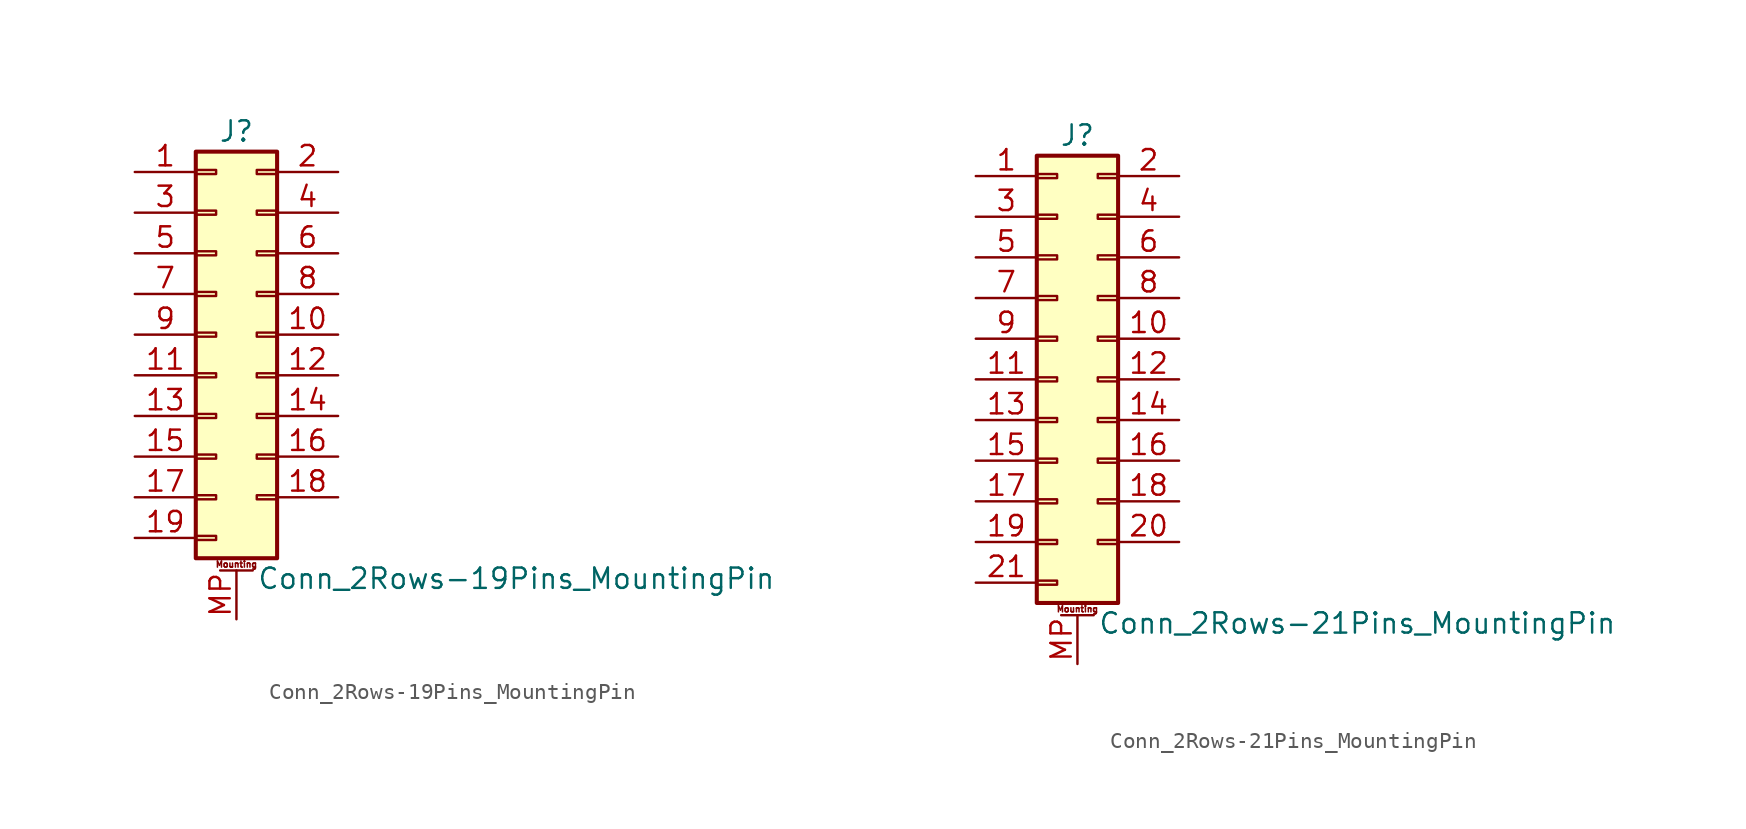
<source format=kicad_sym>
(kicad_symbol_lib
  (version 20200908)
  (generator kicad_symbol_editor)
  (symbol "Connector_Generic_MountingPin:Conn_2Rows-19Pins_MountingPin"
    (pin_names
      (offset 1.016) hide)
    (property "Reference" "J"
      (at 1.27 12.7 0)
      (effects (font (size 1.27 1.27))))
    (property "Value" "Conn_2Rows-19Pins_MountingPin"
      (at 2.54 -15.24 0)
      (effects (font (size 1.27 1.27)) (justify left)))
    (symbol "Conn_2Rows-19Pins_MountingPin_1_1"
      (text "Mounting" (at 1.27 -14.351 0) (effects (font (size 0.381 0.381))))
      (rectangle (start -1.27 -4.953) (end 0 -5.207) (stroke (width 0.152)) (fill (type none)))
      (rectangle (start -1.27 -7.493) (end 0 -7.747) (stroke (width 0.152)) (fill (type none)))
      (rectangle (start -1.27 -10.033) (end 0 -10.287) (stroke (width 0.152)) (fill (type none)))
      (rectangle (start -1.27 -12.573) (end 0 -12.827) (stroke (width 0.152)) (fill (type none)))
      (rectangle (start -1.27 -2.413) (end 0 -2.667) (stroke (width 0.152)) (fill (type none)))
      (rectangle (start -1.27 2.667) (end 0 2.413) (stroke (width 0.152)) (fill (type none)))
      (rectangle (start -1.27 5.207) (end 0 4.953) (stroke (width 0.152)) (fill (type none)))
      (rectangle (start -1.27 7.747) (end 0 7.493) (stroke (width 0.152)) (fill (type none)))
      (rectangle (start -1.27 10.287) (end 0 10.033) (stroke (width 0.152)) (fill (type none)))
      (rectangle (start -1.27 11.43) (end 3.81 -13.97) (stroke (width 0.254)) (fill (type background)))
      (rectangle (start -1.27 0.127) (end 0 -0.127) (stroke (width 0.152)) (fill (type none)))
      (rectangle (start 3.81 -4.953) (end 2.54 -5.207) (stroke (width 0.152)) (fill (type none)))
      (rectangle (start 3.81 -7.493) (end 2.54 -7.747) (stroke (width 0.152)) (fill (type none)))
      (rectangle (start 3.81 -10.033) (end 2.54 -10.287) (stroke (width 0.152)) (fill (type none)))
      (rectangle (start 3.81 -2.413) (end 2.54 -2.667) (stroke (width 0.152)) (fill (type none)))
      (rectangle (start 3.81 2.667) (end 2.54 2.413) (stroke (width 0.152)) (fill (type none)))
      (rectangle (start 3.81 5.207) (end 2.54 4.953) (stroke (width 0.152)) (fill (type none)))
      (rectangle (start 3.81 7.747) (end 2.54 7.493) (stroke (width 0.152)) (fill (type none)))
      (rectangle (start 3.81 10.287) (end 2.54 10.033) (stroke (width 0.152)) (fill (type none)))
      (rectangle (start 3.81 0.127) (end 2.54 -0.127) (stroke (width 0.152)) (fill (type none)))
      (polyline (pts (xy 0.254 -14.732) (xy 2.286 -14.732)) (stroke (width 0.152)) (fill (type none)))
      (pin passive line (at 1.27 -17.78 90) (length 3.048) (name "MountPin" (effects (font (size 1.27 1.27)))) (number "MP" (effects (font (size 1.27 1.27)))))
      (pin passive line (at -5.08 10.16 0) (length 3.81) (name "Pin_1" (effects (font (size 1.27 1.27)))) (number "1" (effects (font (size 1.27 1.27)))))
      (pin passive line (at 7.62 0 180) (length 3.81) (name "Pin_10" (effects (font (size 1.27 1.27)))) (number "10" (effects (font (size 1.27 1.27)))))
      (pin passive line (at -5.08 -2.54 0) (length 3.81) (name "Pin_11" (effects (font (size 1.27 1.27)))) (number "11" (effects (font (size 1.27 1.27)))))
      (pin passive line (at 7.62 -2.54 180) (length 3.81) (name "Pin_12" (effects (font (size 1.27 1.27)))) (number "12" (effects (font (size 1.27 1.27)))))
      (pin passive line (at -5.08 -5.08 0) (length 3.81) (name "Pin_13" (effects (font (size 1.27 1.27)))) (number "13" (effects (font (size 1.27 1.27)))))
      (pin passive line (at 7.62 -5.08 180) (length 3.81) (name "Pin_14" (effects (font (size 1.27 1.27)))) (number "14" (effects (font (size 1.27 1.27)))))
      (pin passive line (at -5.08 -7.62 0) (length 3.81) (name "Pin_15" (effects (font (size 1.27 1.27)))) (number "15" (effects (font (size 1.27 1.27)))))
      (pin passive line (at 7.62 -7.62 180) (length 3.81) (name "Pin_16" (effects (font (size 1.27 1.27)))) (number "16" (effects (font (size 1.27 1.27)))))
      (pin passive line (at -5.08 -10.16 0) (length 3.81) (name "Pin_17" (effects (font (size 1.27 1.27)))) (number "17" (effects (font (size 1.27 1.27)))))
      (pin passive line (at 7.62 -10.16 180) (length 3.81) (name "Pin_18" (effects (font (size 1.27 1.27)))) (number "18" (effects (font (size 1.27 1.27)))))
      (pin passive line (at -5.08 -12.7 0) (length 3.81) (name "Pin_19" (effects (font (size 1.27 1.27)))) (number "19" (effects (font (size 1.27 1.27)))))
      (pin passive line (at 7.62 10.16 180) (length 3.81) (name "Pin_2" (effects (font (size 1.27 1.27)))) (number "2" (effects (font (size 1.27 1.27)))))
      (pin passive line (at -5.08 7.62 0) (length 3.81) (name "Pin_3" (effects (font (size 1.27 1.27)))) (number "3" (effects (font (size 1.27 1.27)))))
      (pin passive line (at 7.62 7.62 180) (length 3.81) (name "Pin_4" (effects (font (size 1.27 1.27)))) (number "4" (effects (font (size 1.27 1.27)))))
      (pin passive line (at -5.08 5.08 0) (length 3.81) (name "Pin_5" (effects (font (size 1.27 1.27)))) (number "5" (effects (font (size 1.27 1.27)))))
      (pin passive line (at 7.62 5.08 180) (length 3.81) (name "Pin_6" (effects (font (size 1.27 1.27)))) (number "6" (effects (font (size 1.27 1.27)))))
      (pin passive line (at -5.08 2.54 0) (length 3.81) (name "Pin_7" (effects (font (size 1.27 1.27)))) (number "7" (effects (font (size 1.27 1.27)))))
      (pin passive line (at 7.62 2.54 180) (length 3.81) (name "Pin_8" (effects (font (size 1.27 1.27)))) (number "8" (effects (font (size 1.27 1.27)))))
      (pin passive line (at -5.08 0 0) (length 3.81) (name "Pin_9" (effects (font (size 1.27 1.27)))) (number "9" (effects (font (size 1.27 1.27)))))))
  (symbol "Connector_Generic_MountingPin:Conn_2Rows-21Pins_MountingPin"
    (pin_names
      (offset 1.016) hide)
    (property "Reference" "J"
      (at 1.27 15.24 0)
      (effects (font (size 1.27 1.27))))
    (property "Value" "Conn_2Rows-21Pins_MountingPin"
      (at 2.54 -15.24 0)
      (effects (font (size 1.27 1.27)) (justify left)))
    (symbol "Conn_2Rows-21Pins_MountingPin_1_1"
      (text "Mounting" (at 1.27 -14.351 0) (effects (font (size 0.381 0.381))))
      (rectangle (start -1.27 -4.953) (end 0 -5.207) (stroke (width 0.152)) (fill (type none)))
      (rectangle (start -1.27 -7.493) (end 0 -7.747) (stroke (width 0.152)) (fill (type none)))
      (rectangle (start -1.27 -10.033) (end 0 -10.287) (stroke (width 0.152)) (fill (type none)))
      (rectangle (start -1.27 -12.573) (end 0 -12.827) (stroke (width 0.152)) (fill (type none)))
      (rectangle (start -1.27 -2.413) (end 0 -2.667) (stroke (width 0.152)) (fill (type none)))
      (rectangle (start -1.27 2.667) (end 0 2.413) (stroke (width 0.152)) (fill (type none)))
      (rectangle (start -1.27 5.207) (end 0 4.953) (stroke (width 0.152)) (fill (type none)))
      (rectangle (start -1.27 7.747) (end 0 7.493) (stroke (width 0.152)) (fill (type none)))
      (rectangle (start -1.27 10.287) (end 0 10.033) (stroke (width 0.152)) (fill (type none)))
      (rectangle (start -1.27 0.127) (end 0 -0.127) (stroke (width 0.152)) (fill (type none)))
      (rectangle (start -1.27 12.827) (end 0 12.573) (stroke (width 0.152)) (fill (type none)))
      (rectangle (start -1.27 13.97) (end 3.81 -13.97) (stroke (width 0.254)) (fill (type background)))
      (rectangle (start 3.81 -4.953) (end 2.54 -5.207) (stroke (width 0.152)) (fill (type none)))
      (rectangle (start 3.81 -7.493) (end 2.54 -7.747) (stroke (width 0.152)) (fill (type none)))
      (rectangle (start 3.81 -10.033) (end 2.54 -10.287) (stroke (width 0.152)) (fill (type none)))
      (rectangle (start 3.81 -2.413) (end 2.54 -2.667) (stroke (width 0.152)) (fill (type none)))
      (rectangle (start 3.81 2.667) (end 2.54 2.413) (stroke (width 0.152)) (fill (type none)))
      (rectangle (start 3.81 5.207) (end 2.54 4.953) (stroke (width 0.152)) (fill (type none)))
      (rectangle (start 3.81 7.747) (end 2.54 7.493) (stroke (width 0.152)) (fill (type none)))
      (rectangle (start 3.81 10.287) (end 2.54 10.033) (stroke (width 0.152)) (fill (type none)))
      (rectangle (start 3.81 0.127) (end 2.54 -0.127) (stroke (width 0.152)) (fill (type none)))
      (rectangle (start 3.81 12.827) (end 2.54 12.573) (stroke (width 0.152)) (fill (type none)))
      (polyline (pts (xy 0.254 -14.732) (xy 2.286 -14.732)) (stroke (width 0.152)) (fill (type none)))
      (pin passive line (at 1.27 -17.78 90) (length 3.048) (name "MountPin" (effects (font (size 1.27 1.27)))) (number "MP" (effects (font (size 1.27 1.27)))))
      (pin passive line (at -5.08 12.7 0) (length 3.81) (name "Pin_1" (effects (font (size 1.27 1.27)))) (number "1" (effects (font (size 1.27 1.27)))))
      (pin passive line (at 7.62 2.54 180) (length 3.81) (name "Pin_10" (effects (font (size 1.27 1.27)))) (number "10" (effects (font (size 1.27 1.27)))))
      (pin passive line (at -5.08 0 0) (length 3.81) (name "Pin_11" (effects (font (size 1.27 1.27)))) (number "11" (effects (font (size 1.27 1.27)))))
      (pin passive line (at 7.62 0 180) (length 3.81) (name "Pin_12" (effects (font (size 1.27 1.27)))) (number "12" (effects (font (size 1.27 1.27)))))
      (pin passive line (at -5.08 -2.54 0) (length 3.81) (name "Pin_13" (effects (font (size 1.27 1.27)))) (number "13" (effects (font (size 1.27 1.27)))))
      (pin passive line (at 7.62 -2.54 180) (length 3.81) (name "Pin_14" (effects (font (size 1.27 1.27)))) (number "14" (effects (font (size 1.27 1.27)))))
      (pin passive line (at -5.08 -5.08 0) (length 3.81) (name "Pin_15" (effects (font (size 1.27 1.27)))) (number "15" (effects (font (size 1.27 1.27)))))
      (pin passive line (at 7.62 -5.08 180) (length 3.81) (name "Pin_16" (effects (font (size 1.27 1.27)))) (number "16" (effects (font (size 1.27 1.27)))))
      (pin passive line (at -5.08 -7.62 0) (length 3.81) (name "Pin_17" (effects (font (size 1.27 1.27)))) (number "17" (effects (font (size 1.27 1.27)))))
      (pin passive line (at 7.62 -7.62 180) (length 3.81) (name "Pin_18" (effects (font (size 1.27 1.27)))) (number "18" (effects (font (size 1.27 1.27)))))
      (pin passive line (at -5.08 -10.16 0) (length 3.81) (name "Pin_19" (effects (font (size 1.27 1.27)))) (number "19" (effects (font (size 1.27 1.27)))))
      (pin passive line (at 7.62 12.7 180) (length 3.81) (name "Pin_2" (effects (font (size 1.27 1.27)))) (number "2" (effects (font (size 1.27 1.27)))))
      (pin passive line (at 7.62 -10.16 180) (length 3.81) (name "Pin_20" (effects (font (size 1.27 1.27)))) (number "20" (effects (font (size 1.27 1.27)))))
      (pin passive line (at -5.08 -12.7 0) (length 3.81) (name "Pin_21" (effects (font (size 1.27 1.27)))) (number "21" (effects (font (size 1.27 1.27)))))
      (pin passive line (at -5.08 10.16 0) (length 3.81) (name "Pin_3" (effects (font (size 1.27 1.27)))) (number "3" (effects (font (size 1.27 1.27)))))
      (pin passive line (at 7.62 10.16 180) (length 3.81) (name "Pin_4" (effects (font (size 1.27 1.27)))) (number "4" (effects (font (size 1.27 1.27)))))
      (pin passive line (at -5.08 7.62 0) (length 3.81) (name "Pin_5" (effects (font (size 1.27 1.27)))) (number "5" (effects (font (size 1.27 1.27)))))
      (pin passive line (at 7.62 7.62 180) (length 3.81) (name "Pin_6" (effects (font (size 1.27 1.27)))) (number "6" (effects (font (size 1.27 1.27)))))
      (pin passive line (at -5.08 5.08 0) (length 3.81) (name "Pin_7" (effects (font (size 1.27 1.27)))) (number "7" (effects (font (size 1.27 1.27)))))
      (pin passive line (at 7.62 5.08 180) (length 3.81) (name "Pin_8" (effects (font (size 1.27 1.27)))) (number "8" (effects (font (size 1.27 1.27)))))
      (pin passive line (at -5.08 2.54 0) (length 3.81) (name "Pin_9" (effects (font (size 1.27 1.27)))) (number "9" (effects (font (size 1.27 1.27))))))))
</source>
